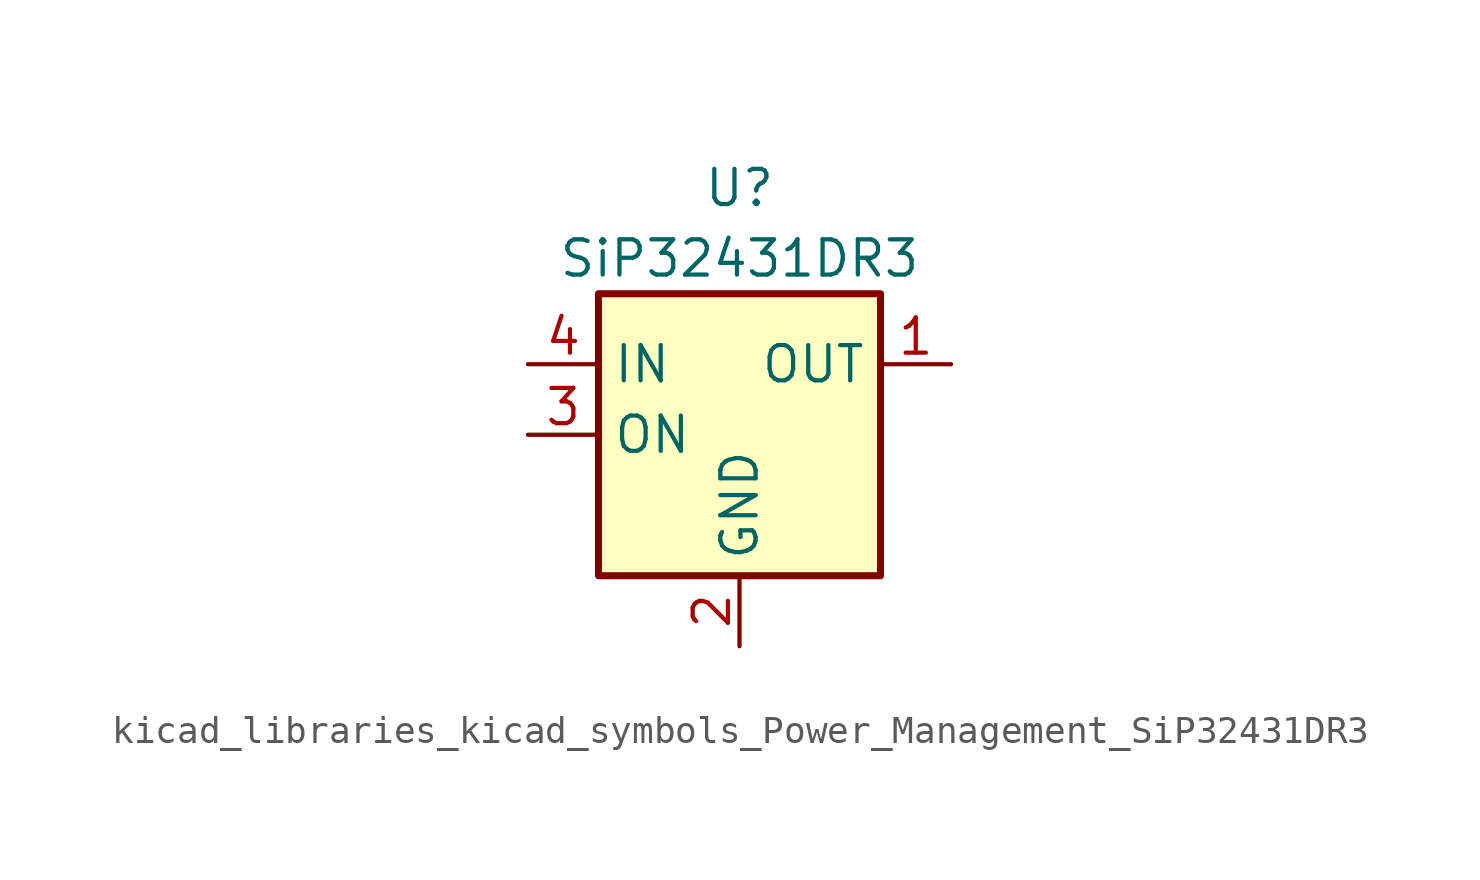
<source format=kicad_sym>
(kicad_symbol_lib
  (version 20220914)
  (generator kicad_symbol_editor)
  (symbol "kicad_libraries_kicad_symbols_Power_Management_SiP32431DR3"
    (property "Reference" "U"
      (at 0 8.89 0)
      (effects (font (size 1.27 1.27))))
    (property "Value" "SiP32431DR3"
      (at 0 6.35 0)
      (effects (font (size 1.27 1.27))))
    (symbol "kicad_libraries_kicad_symbols_Power_Management_SiP32431DR3_0_1"
      (rectangle (start -5.08 5.08) (end 5.08 -5.08) (stroke (width 0.254) (type default)) (fill (type background))))
    (symbol "kicad_libraries_kicad_symbols_Power_Management_SiP32431DR3_1_1"
      (pin passive line (at 7.62 2.54 180) (length 2.54) (name "OUT" (effects (font (size 1.27 1.27)))) (number "1" (effects (font (size 1.27 1.27)))))
      (pin power_in line (at 0 -7.62 90) (length 2.54) (name "GND" (effects (font (size 1.27 1.27)))) (number "2" (effects (font (size 1.27 1.27)))))
      (pin input line (at -7.62 0 0) (length 2.54) (name "ON" (effects (font (size 1.27 1.27)))) (number "3" (effects (font (size 1.27 1.27)))))
      (pin passive line (at -7.62 2.54 0) (length 2.54) (name "IN" (effects (font (size 1.27 1.27)))) (number "4" (effects (font (size 1.27 1.27)))))
      (pin passive line (at 0 -7.62 90) (length 2.54) hide (name "GND" (effects (font (size 1.27 1.27)))) (number "5" (effects (font (size 1.27 1.27)))))
      (pin no_connect line (at 5.08 0 180) (length 2.54) hide (name "NC" (effects (font (size 1.27 1.27)))) (number "6" (effects (font (size 1.27 1.27))))))))
</source>
